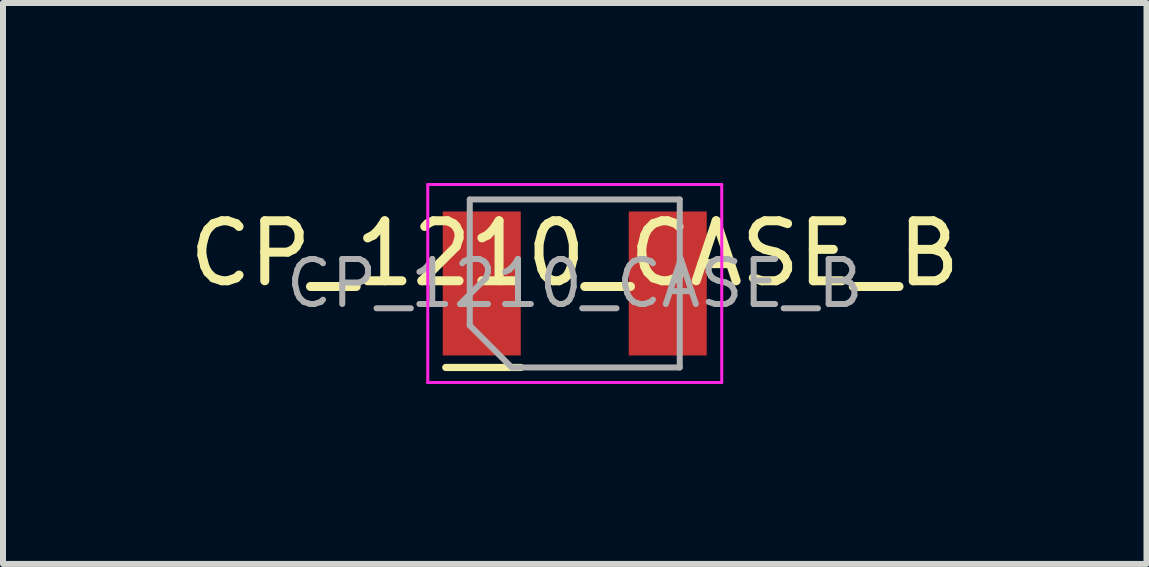
<source format=kicad_pcb>
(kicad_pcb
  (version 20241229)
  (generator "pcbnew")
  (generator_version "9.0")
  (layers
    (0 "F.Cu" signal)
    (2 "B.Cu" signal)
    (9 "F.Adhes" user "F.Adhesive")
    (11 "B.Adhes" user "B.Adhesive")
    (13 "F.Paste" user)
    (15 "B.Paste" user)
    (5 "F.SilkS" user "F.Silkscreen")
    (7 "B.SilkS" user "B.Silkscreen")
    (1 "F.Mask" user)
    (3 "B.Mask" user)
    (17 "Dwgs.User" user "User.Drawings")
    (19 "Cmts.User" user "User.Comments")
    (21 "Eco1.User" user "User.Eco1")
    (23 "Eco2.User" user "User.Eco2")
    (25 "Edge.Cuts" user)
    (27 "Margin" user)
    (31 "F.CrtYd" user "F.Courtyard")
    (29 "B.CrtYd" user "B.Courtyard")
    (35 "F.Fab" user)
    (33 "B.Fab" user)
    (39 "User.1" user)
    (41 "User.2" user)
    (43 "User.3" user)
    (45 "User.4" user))
  (footprint "CP_1210_CASE_B"
    (layer "F.Cu")
    (at 6.53 1.675)
    (property "Reference" "CP_1210_CASE_B" (at 0 -0.5 0) (unlocked yes) (layer "F.SilkS") (effects (font (size 1 1) (thickness 0.15))))
    (attr smd)
    (fp_line (start -2.15 1.4) (end -0.9 1.4) (stroke (width 0.12) (type default)) (layer "F.SilkS"))
    (fp_line (start -2.45 -1.65) (end 2.45 -1.65) (stroke (width 0.05) (type solid)) (layer "F.CrtYd"))
    (fp_line (start -2.45 1.65) (end -2.45 -1.65) (stroke (width 0.05) (type solid)) (layer "F.CrtYd"))
    (fp_line (start 2.45 -1.65) (end 2.45 1.65) (stroke (width 0.05) (type solid)) (layer "F.CrtYd"))
    (fp_line (start 2.45 1.65) (end -2.45 1.65) (stroke (width 0.05) (type solid)) (layer "F.CrtYd"))
    (fp_line (start -1.75 -1.4) (end 1.75 -1.4) (stroke (width 0.1) (type solid)) (layer "F.Fab"))
    (fp_line (start -1.75 0.7) (end -1.75 -1.4) (stroke (width 0.1) (type solid)) (layer "F.Fab"))
    (fp_line (start -1.05 1.4) (end -1.75 0.7) (stroke (width 0.1) (type solid)) (layer "F.Fab"))
    (fp_line (start 1.75 -1.4) (end 1.75 1.4) (stroke (width 0.1) (type solid)) (layer "F.Fab"))
    (fp_line (start 1.75 1.4) (end -1.05 1.4) (stroke (width 0.1) (type solid)) (layer "F.Fab"))
    (fp_text user "${REFERENCE}" (at 0 0 0) (unlocked yes) (layer "F.Fab") (effects (font (size 0.75 0.75) (thickness 0.1))))
    (pad "1" smd rect (at -1.55 0) (size 1.3 2.4) (layers "F.Cu" "F.Mask" "F.Paste"))
    (pad "2" smd rect (at 1.55 0) (size 1.3 2.4) (layers "F.Cu" "F.Mask" "F.Paste")))
  (gr_rect
    (start -3 -3)
    (end 16.06 6.35)
    (stroke (width 0.1) (type default))
    (fill no)
    (layer "Edge.Cuts")))
</source>
